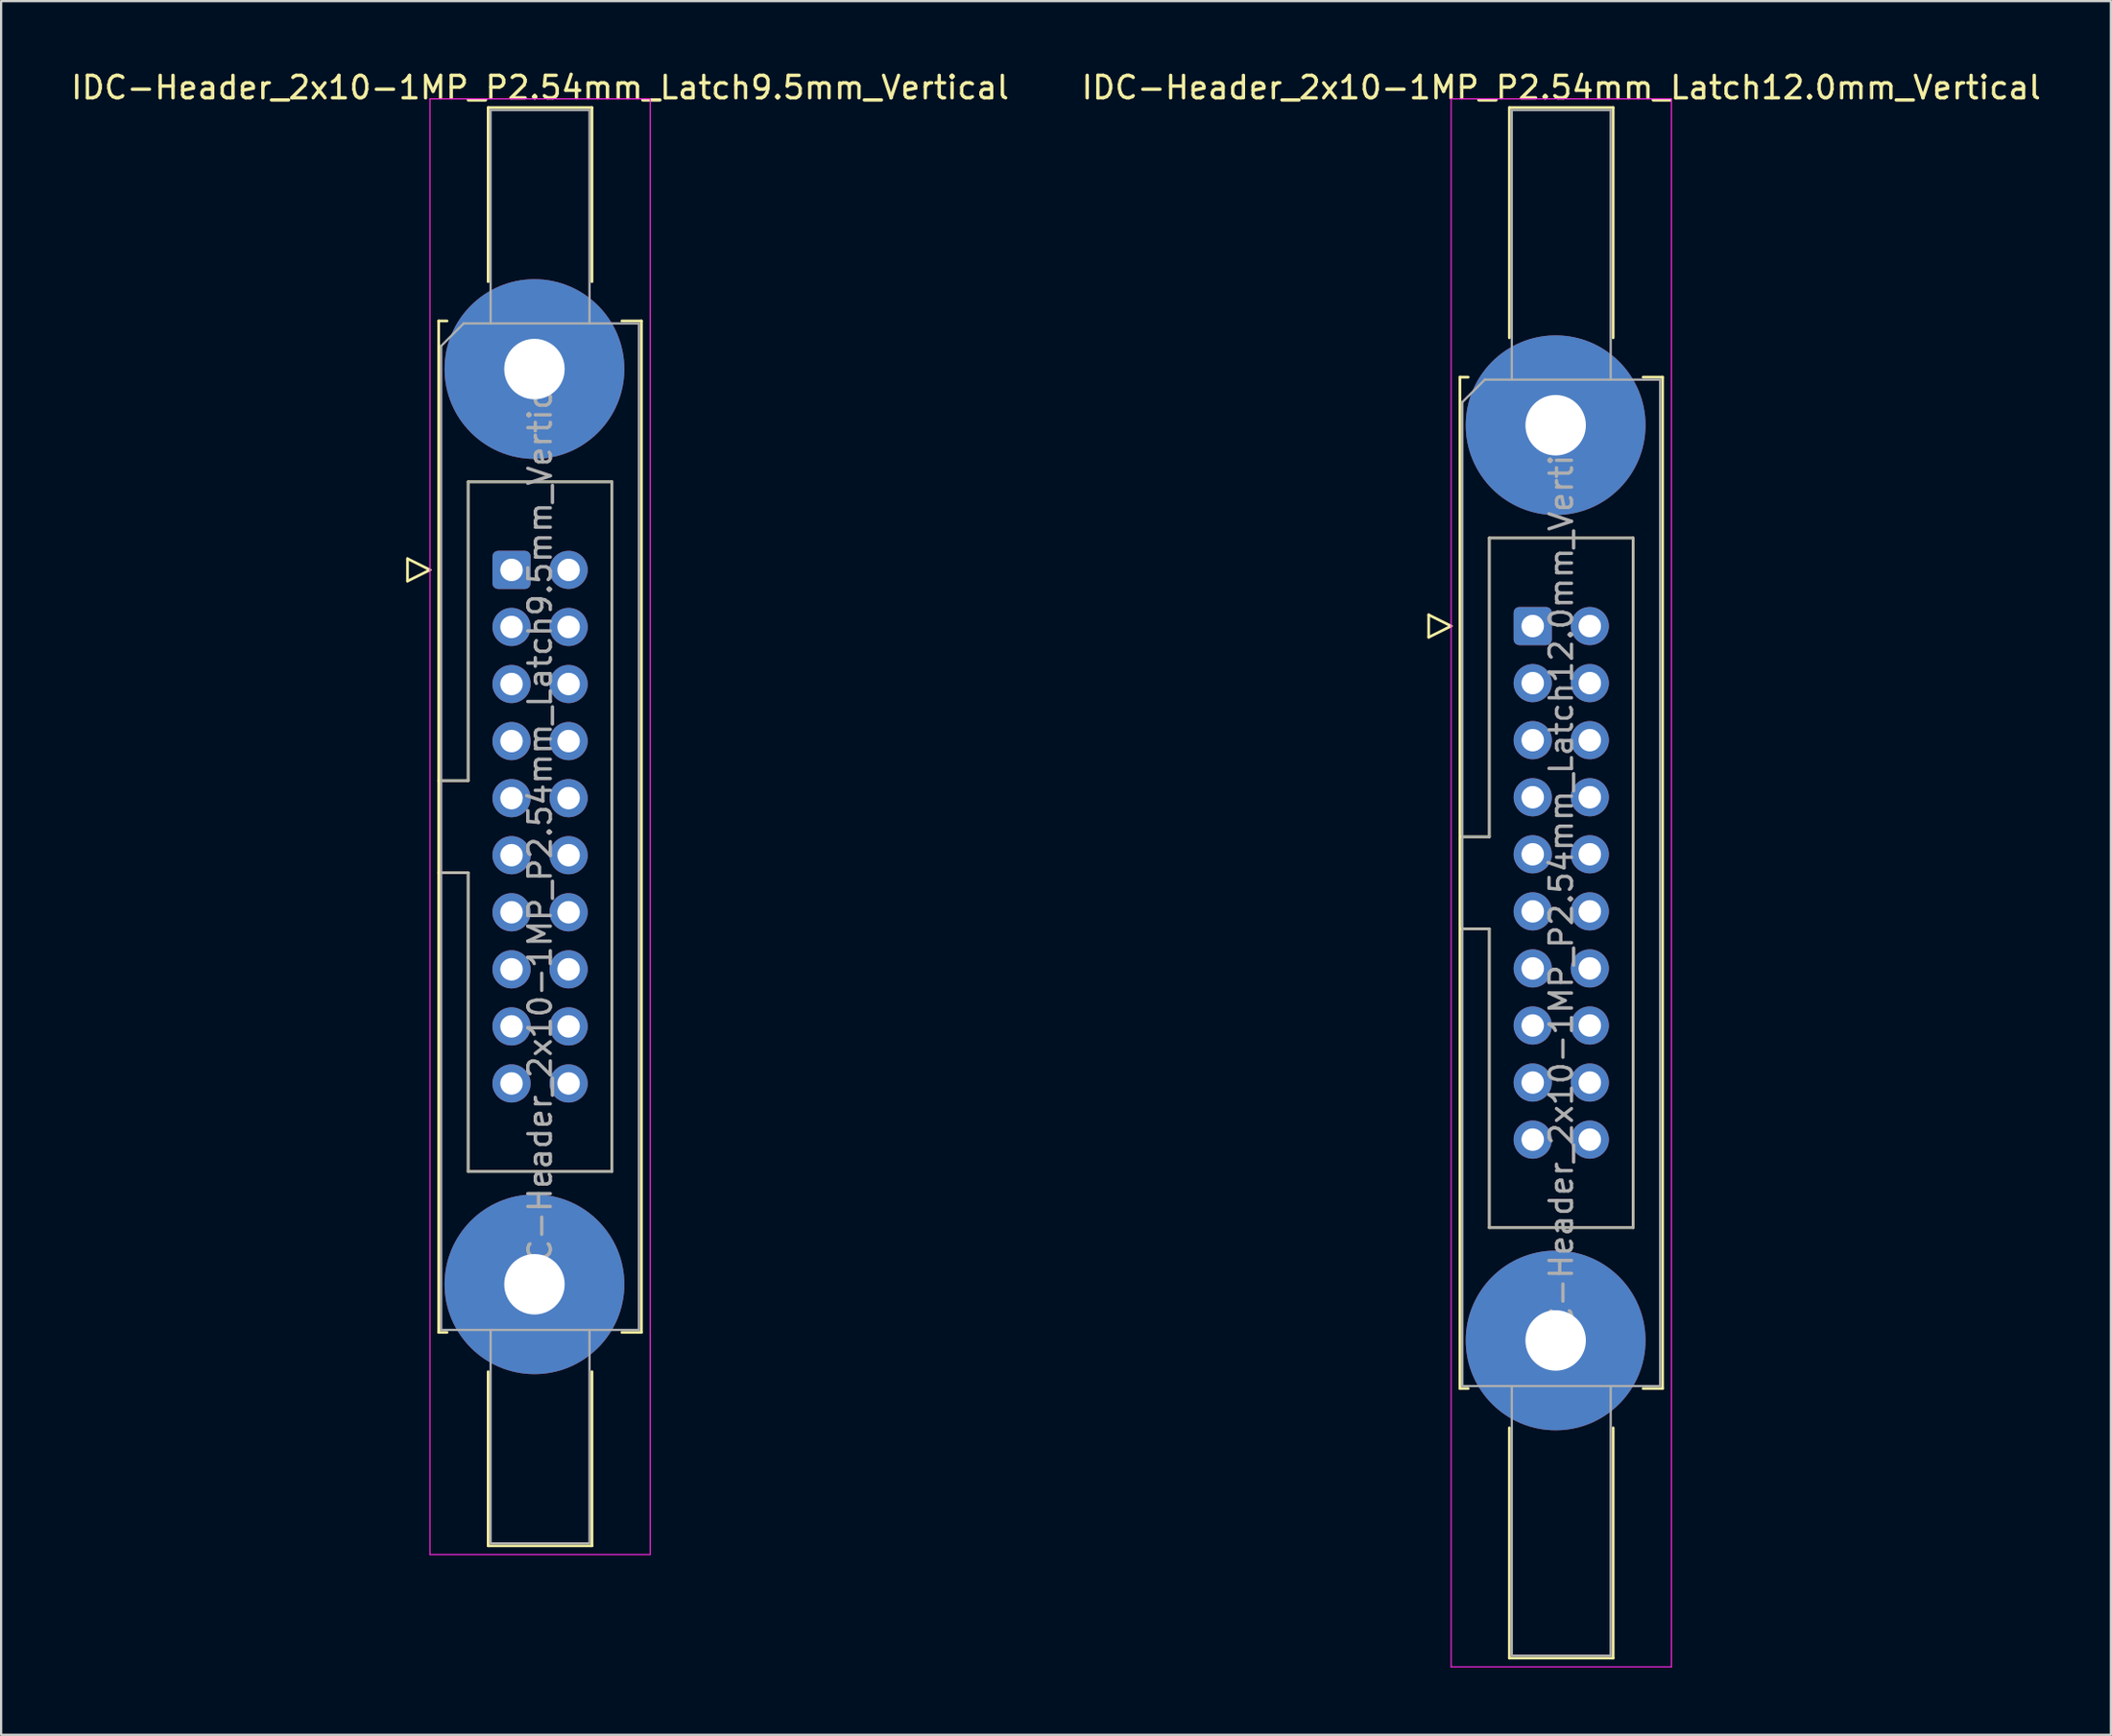
<source format=kicad_pcb>
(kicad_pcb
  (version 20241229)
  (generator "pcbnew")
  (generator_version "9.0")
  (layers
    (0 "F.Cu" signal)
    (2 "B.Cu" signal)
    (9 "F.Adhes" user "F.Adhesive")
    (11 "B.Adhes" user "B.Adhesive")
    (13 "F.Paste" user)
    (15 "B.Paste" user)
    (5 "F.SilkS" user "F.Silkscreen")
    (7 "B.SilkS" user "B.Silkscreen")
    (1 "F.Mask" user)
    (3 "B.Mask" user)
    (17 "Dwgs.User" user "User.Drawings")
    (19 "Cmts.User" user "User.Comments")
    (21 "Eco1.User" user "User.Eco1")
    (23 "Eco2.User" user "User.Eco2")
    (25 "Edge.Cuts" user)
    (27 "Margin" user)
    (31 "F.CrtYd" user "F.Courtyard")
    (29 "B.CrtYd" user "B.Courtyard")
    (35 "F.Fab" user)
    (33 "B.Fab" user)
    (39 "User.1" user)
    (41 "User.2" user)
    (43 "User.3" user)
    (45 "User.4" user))
  (footprint "IDC-Header_2x10-1MP_P2.54mm_Latch9.5mm_Vertical"
    (layer "F.Cu")
    (at 19.712 22.318)
    (property "Reference" "IDC-Header_2x10-1MP_P2.54mm_Latch9.5mm_Vertical" (at 1.27 -21.47 0) (layer "F.SilkS") (effects (font (size 1 1) (thickness 0.15))))
    (attr through_hole)
    (fp_line (start -4.63 -0.5) (end -4.63 0.5) (stroke (width 0.12) (type solid)) (layer "F.SilkS"))
    (fp_line (start -4.63 0.5) (end -3.63 0) (stroke (width 0.12) (type solid)) (layer "F.SilkS"))
    (fp_line (start -3.63 0) (end -4.63 -0.5) (stroke (width 0.12) (type solid)) (layer "F.SilkS"))
    (fp_line (start -3.24 -11.08) (end -3.24 33.94) (stroke (width 0.12) (type solid)) (layer "F.SilkS"))
    (fp_line (start -3.24 9.38) (end -1.93 9.38) (stroke (width 0.12) (type solid)) (layer "F.SilkS"))
    (fp_line (start -3.24 33.94) (end -2.87 33.94) (stroke (width 0.12) (type solid)) (layer "F.SilkS"))
    (fp_line (start -2.87 -11.08) (end -3.24 -11.08) (stroke (width 0.12) (type solid)) (layer "F.SilkS"))
    (fp_line (start -1.93 -3.92) (end 4.47 -3.92) (stroke (width 0.12) (type solid)) (layer "F.SilkS"))
    (fp_line (start -1.93 9.38) (end -1.93 -3.92) (stroke (width 0.12) (type solid)) (layer "F.SilkS"))
    (fp_line (start -1.93 13.48) (end -3.24 13.48) (stroke (width 0.12) (type solid)) (layer "F.SilkS"))
    (fp_line (start -1.93 26.78) (end -1.93 13.48) (stroke (width 0.12) (type solid)) (layer "F.SilkS"))
    (fp_line (start -1.04 -20.58) (end 3.58 -20.58) (stroke (width 0.12) (type solid)) (layer "F.SilkS"))
    (fp_line (start -1.04 -12.83) (end -1.04 -20.58) (stroke (width 0.12) (type solid)) (layer "F.SilkS"))
    (fp_line (start -1.04 35.69) (end -1.04 43.44) (stroke (width 0.12) (type solid)) (layer "F.SilkS"))
    (fp_line (start -1.04 43.44) (end 3.58 43.44) (stroke (width 0.12) (type solid)) (layer "F.SilkS"))
    (fp_line (start 3.58 -20.58) (end 3.58 -12.83) (stroke (width 0.12) (type solid)) (layer "F.SilkS"))
    (fp_line (start 3.58 43.44) (end 3.58 35.69) (stroke (width 0.12) (type solid)) (layer "F.SilkS"))
    (fp_line (start 4.47 -3.92) (end 4.47 26.78) (stroke (width 0.12) (type solid)) (layer "F.SilkS"))
    (fp_line (start 4.47 26.78) (end -1.93 26.78) (stroke (width 0.12) (type solid)) (layer "F.SilkS"))
    (fp_line (start 4.91 -11.08) (end 5.78 -11.08) (stroke (width 0.12) (type solid)) (layer "F.SilkS"))
    (fp_line (start 5.78 -11.08) (end 5.78 33.94) (stroke (width 0.12) (type solid)) (layer "F.SilkS"))
    (fp_line (start 5.78 33.94) (end 4.91 33.94) (stroke (width 0.12) (type solid)) (layer "F.SilkS"))
    (fp_line (start -3.63 -20.97) (end -3.63 43.83) (stroke (width 0.05) (type solid)) (layer "F.CrtYd"))
    (fp_line (start -3.63 43.83) (end 6.17 43.83) (stroke (width 0.05) (type solid)) (layer "F.CrtYd"))
    (fp_line (start 6.17 -20.97) (end -3.63 -20.97) (stroke (width 0.05) (type solid)) (layer "F.CrtYd"))
    (fp_line (start 6.17 43.83) (end 6.17 -20.97) (stroke (width 0.05) (type solid)) (layer "F.CrtYd"))
    (fp_line (start -3.13 -9.97) (end -2.13 -10.97) (stroke (width 0.1) (type solid)) (layer "F.Fab"))
    (fp_line (start -3.13 9.38) (end -1.93 9.38) (stroke (width 0.1) (type solid)) (layer "F.Fab"))
    (fp_line (start -3.13 33.83) (end -3.13 -9.97) (stroke (width 0.1) (type solid)) (layer "F.Fab"))
    (fp_line (start -2.13 -10.97) (end 5.67 -10.97) (stroke (width 0.1) (type solid)) (layer "F.Fab"))
    (fp_line (start -1.93 -3.92) (end 4.47 -3.92) (stroke (width 0.1) (type solid)) (layer "F.Fab"))
    (fp_line (start -1.93 9.38) (end -1.93 -3.92) (stroke (width 0.1) (type solid)) (layer "F.Fab"))
    (fp_line (start -1.93 13.48) (end -3.13 13.48) (stroke (width 0.1) (type solid)) (layer "F.Fab"))
    (fp_line (start -1.93 26.78) (end -1.93 13.48) (stroke (width 0.1) (type solid)) (layer "F.Fab"))
    (fp_line (start -0.93 -20.47) (end 3.47 -20.47) (stroke (width 0.1) (type solid)) (layer "F.Fab"))
    (fp_line (start -0.93 -10.97) (end -0.93 -20.47) (stroke (width 0.1) (type solid)) (layer "F.Fab"))
    (fp_line (start -0.93 33.83) (end -0.93 43.33) (stroke (width 0.1) (type solid)) (layer "F.Fab"))
    (fp_line (start -0.93 43.33) (end 3.47 43.33) (stroke (width 0.1) (type solid)) (layer "F.Fab"))
    (fp_line (start 3.47 -20.47) (end 3.47 -10.97) (stroke (width 0.1) (type solid)) (layer "F.Fab"))
    (fp_line (start 3.47 43.33) (end 3.47 33.83) (stroke (width 0.1) (type solid)) (layer "F.Fab"))
    (fp_line (start 4.47 -3.92) (end 4.47 26.78) (stroke (width 0.1) (type solid)) (layer "F.Fab"))
    (fp_line (start 4.47 26.78) (end -1.93 26.78) (stroke (width 0.1) (type solid)) (layer "F.Fab"))
    (fp_line (start 5.67 -10.97) (end 5.67 33.83) (stroke (width 0.1) (type solid)) (layer "F.Fab"))
    (fp_line (start 5.67 33.83) (end -3.13 33.83) (stroke (width 0.1) (type solid)) (layer "F.Fab"))
    (fp_text user "${REFERENCE}" (at 1.27 11.43 90) (layer "F.Fab") (effects (font (size 1 1) (thickness 0.15))))
    (pad "1" thru_hole roundrect (at 0 0) (size 1.7 1.7) (drill 1) (layers "*.Cu" "*.Mask") (roundrect_rratio 0.147))
    (pad "2" thru_hole circle (at 2.54 0) (size 1.7 1.7) (drill 1) (layers "*.Cu" "*.Mask"))
    (pad "3" thru_hole circle (at 0 2.54) (size 1.7 1.7) (drill 1) (layers "*.Cu" "*.Mask"))
    (pad "4" thru_hole circle (at 2.54 2.54) (size 1.7 1.7) (drill 1) (layers "*.Cu" "*.Mask"))
    (pad "5" thru_hole circle (at 0 5.08) (size 1.7 1.7) (drill 1) (layers "*.Cu" "*.Mask"))
    (pad "6" thru_hole circle (at 2.54 5.08) (size 1.7 1.7) (drill 1) (layers "*.Cu" "*.Mask"))
    (pad "7" thru_hole circle (at 0 7.62) (size 1.7 1.7) (drill 1) (layers "*.Cu" "*.Mask"))
    (pad "8" thru_hole circle (at 2.54 7.62) (size 1.7 1.7) (drill 1) (layers "*.Cu" "*.Mask"))
    (pad "9" thru_hole circle (at 0 10.16) (size 1.7 1.7) (drill 1) (layers "*.Cu" "*.Mask"))
    (pad "10" thru_hole circle (at 2.54 10.16) (size 1.7 1.7) (drill 1) (layers "*.Cu" "*.Mask"))
    (pad "11" thru_hole circle (at 0 12.7) (size 1.7 1.7) (drill 1) (layers "*.Cu" "*.Mask"))
    (pad "12" thru_hole circle (at 2.54 12.7) (size 1.7 1.7) (drill 1) (layers "*.Cu" "*.Mask"))
    (pad "13" thru_hole circle (at 0 15.24) (size 1.7 1.7) (drill 1) (layers "*.Cu" "*.Mask"))
    (pad "14" thru_hole circle (at 2.54 15.24) (size 1.7 1.7) (drill 1) (layers "*.Cu" "*.Mask"))
    (pad "15" thru_hole circle (at 0 17.78) (size 1.7 1.7) (drill 1) (layers "*.Cu" "*.Mask"))
    (pad "16" thru_hole circle (at 2.54 17.78) (size 1.7 1.7) (drill 1) (layers "*.Cu" "*.Mask"))
    (pad "17" thru_hole circle (at 0 20.32) (size 1.7 1.7) (drill 1) (layers "*.Cu" "*.Mask"))
    (pad "18" thru_hole circle (at 2.54 20.32) (size 1.7 1.7) (drill 1) (layers "*.Cu" "*.Mask"))
    (pad "19" thru_hole circle (at 0 22.86) (size 1.7 1.7) (drill 1) (layers "*.Cu" "*.Mask"))
    (pad "20" thru_hole circle (at 2.54 22.86) (size 1.7 1.7) (drill 1) (layers "*.Cu" "*.Mask"))
    (pad "MP" thru_hole circle (at 1.02 -8.94) (size 8 8) (drill 2.69) (layers "*.Cu" "*.Mask"))
    (pad "MP" thru_hole circle (at 1.02 31.8) (size 8 8) (drill 2.69) (layers "*.Cu" "*.Mask")))
  (footprint "IDC-Header_2x10-1MP_P2.54mm_Latch12.0mm_Vertical"
    (layer "F.Cu")
    (at 65.153 24.818)
    (property "Reference" "IDC-Header_2x10-1MP_P2.54mm_Latch12.0mm_Vertical" (at 1.27 -23.97 0) (layer "F.SilkS") (effects (font (size 1 1) (thickness 0.15))))
    (attr through_hole)
    (fp_line (start -4.63 -0.5) (end -4.63 0.5) (stroke (width 0.12) (type solid)) (layer "F.SilkS"))
    (fp_line (start -4.63 0.5) (end -3.63 0) (stroke (width 0.12) (type solid)) (layer "F.SilkS"))
    (fp_line (start -3.63 0) (end -4.63 -0.5) (stroke (width 0.12) (type solid)) (layer "F.SilkS"))
    (fp_line (start -3.24 -11.08) (end -3.24 33.94) (stroke (width 0.12) (type solid)) (layer "F.SilkS"))
    (fp_line (start -3.24 9.38) (end -1.93 9.38) (stroke (width 0.12) (type solid)) (layer "F.SilkS"))
    (fp_line (start -3.24 33.94) (end -2.87 33.94) (stroke (width 0.12) (type solid)) (layer "F.SilkS"))
    (fp_line (start -2.87 -11.08) (end -3.24 -11.08) (stroke (width 0.12) (type solid)) (layer "F.SilkS"))
    (fp_line (start -1.93 -3.92) (end 4.47 -3.92) (stroke (width 0.12) (type solid)) (layer "F.SilkS"))
    (fp_line (start -1.93 9.38) (end -1.93 -3.92) (stroke (width 0.12) (type solid)) (layer "F.SilkS"))
    (fp_line (start -1.93 13.48) (end -3.24 13.48) (stroke (width 0.12) (type solid)) (layer "F.SilkS"))
    (fp_line (start -1.93 26.78) (end -1.93 13.48) (stroke (width 0.12) (type solid)) (layer "F.SilkS"))
    (fp_line (start -1.04 -23.08) (end 3.58 -23.08) (stroke (width 0.12) (type solid)) (layer "F.SilkS"))
    (fp_line (start -1.04 -12.83) (end -1.04 -23.08) (stroke (width 0.12) (type solid)) (layer "F.SilkS"))
    (fp_line (start -1.04 35.69) (end -1.04 45.94) (stroke (width 0.12) (type solid)) (layer "F.SilkS"))
    (fp_line (start -1.04 45.94) (end 3.58 45.94) (stroke (width 0.12) (type solid)) (layer "F.SilkS"))
    (fp_line (start 3.58 -23.08) (end 3.58 -12.83) (stroke (width 0.12) (type solid)) (layer "F.SilkS"))
    (fp_line (start 3.58 45.94) (end 3.58 35.69) (stroke (width 0.12) (type solid)) (layer "F.SilkS"))
    (fp_line (start 4.47 -3.92) (end 4.47 26.78) (stroke (width 0.12) (type solid)) (layer "F.SilkS"))
    (fp_line (start 4.47 26.78) (end -1.93 26.78) (stroke (width 0.12) (type solid)) (layer "F.SilkS"))
    (fp_line (start 4.91 -11.08) (end 5.78 -11.08) (stroke (width 0.12) (type solid)) (layer "F.SilkS"))
    (fp_line (start 5.78 -11.08) (end 5.78 33.94) (stroke (width 0.12) (type solid)) (layer "F.SilkS"))
    (fp_line (start 5.78 33.94) (end 4.91 33.94) (stroke (width 0.12) (type solid)) (layer "F.SilkS"))
    (fp_line (start -3.63 -23.47) (end -3.63 46.33) (stroke (width 0.05) (type solid)) (layer "F.CrtYd"))
    (fp_line (start -3.63 46.33) (end 6.17 46.33) (stroke (width 0.05) (type solid)) (layer "F.CrtYd"))
    (fp_line (start 6.17 -23.47) (end -3.63 -23.47) (stroke (width 0.05) (type solid)) (layer "F.CrtYd"))
    (fp_line (start 6.17 46.33) (end 6.17 -23.47) (stroke (width 0.05) (type solid)) (layer "F.CrtYd"))
    (fp_line (start -3.13 -9.97) (end -2.13 -10.97) (stroke (width 0.1) (type solid)) (layer "F.Fab"))
    (fp_line (start -3.13 9.38) (end -1.93 9.38) (stroke (width 0.1) (type solid)) (layer "F.Fab"))
    (fp_line (start -3.13 33.83) (end -3.13 -9.97) (stroke (width 0.1) (type solid)) (layer "F.Fab"))
    (fp_line (start -2.13 -10.97) (end 5.67 -10.97) (stroke (width 0.1) (type solid)) (layer "F.Fab"))
    (fp_line (start -1.93 -3.92) (end 4.47 -3.92) (stroke (width 0.1) (type solid)) (layer "F.Fab"))
    (fp_line (start -1.93 9.38) (end -1.93 -3.92) (stroke (width 0.1) (type solid)) (layer "F.Fab"))
    (fp_line (start -1.93 13.48) (end -3.13 13.48) (stroke (width 0.1) (type solid)) (layer "F.Fab"))
    (fp_line (start -1.93 26.78) (end -1.93 13.48) (stroke (width 0.1) (type solid)) (layer "F.Fab"))
    (fp_line (start -0.93 -22.97) (end 3.47 -22.97) (stroke (width 0.1) (type solid)) (layer "F.Fab"))
    (fp_line (start -0.93 -10.97) (end -0.93 -22.97) (stroke (width 0.1) (type solid)) (layer "F.Fab"))
    (fp_line (start -0.93 33.83) (end -0.93 45.83) (stroke (width 0.1) (type solid)) (layer "F.Fab"))
    (fp_line (start -0.93 45.83) (end 3.47 45.83) (stroke (width 0.1) (type solid)) (layer "F.Fab"))
    (fp_line (start 3.47 -22.97) (end 3.47 -10.97) (stroke (width 0.1) (type solid)) (layer "F.Fab"))
    (fp_line (start 3.47 45.83) (end 3.47 33.83) (stroke (width 0.1) (type solid)) (layer "F.Fab"))
    (fp_line (start 4.47 -3.92) (end 4.47 26.78) (stroke (width 0.1) (type solid)) (layer "F.Fab"))
    (fp_line (start 4.47 26.78) (end -1.93 26.78) (stroke (width 0.1) (type solid)) (layer "F.Fab"))
    (fp_line (start 5.67 -10.97) (end 5.67 33.83) (stroke (width 0.1) (type solid)) (layer "F.Fab"))
    (fp_line (start 5.67 33.83) (end -3.13 33.83) (stroke (width 0.1) (type solid)) (layer "F.Fab"))
    (fp_text user "${REFERENCE}" (at 1.27 11.43 90) (layer "F.Fab") (effects (font (size 1 1) (thickness 0.15))))
    (pad "1" thru_hole roundrect (at 0 0) (size 1.7 1.7) (drill 1) (layers "*.Cu" "*.Mask") (roundrect_rratio 0.147))
    (pad "2" thru_hole circle (at 2.54 0) (size 1.7 1.7) (drill 1) (layers "*.Cu" "*.Mask"))
    (pad "3" thru_hole circle (at 0 2.54) (size 1.7 1.7) (drill 1) (layers "*.Cu" "*.Mask"))
    (pad "4" thru_hole circle (at 2.54 2.54) (size 1.7 1.7) (drill 1) (layers "*.Cu" "*.Mask"))
    (pad "5" thru_hole circle (at 0 5.08) (size 1.7 1.7) (drill 1) (layers "*.Cu" "*.Mask"))
    (pad "6" thru_hole circle (at 2.54 5.08) (size 1.7 1.7) (drill 1) (layers "*.Cu" "*.Mask"))
    (pad "7" thru_hole circle (at 0 7.62) (size 1.7 1.7) (drill 1) (layers "*.Cu" "*.Mask"))
    (pad "8" thru_hole circle (at 2.54 7.62) (size 1.7 1.7) (drill 1) (layers "*.Cu" "*.Mask"))
    (pad "9" thru_hole circle (at 0 10.16) (size 1.7 1.7) (drill 1) (layers "*.Cu" "*.Mask"))
    (pad "10" thru_hole circle (at 2.54 10.16) (size 1.7 1.7) (drill 1) (layers "*.Cu" "*.Mask"))
    (pad "11" thru_hole circle (at 0 12.7) (size 1.7 1.7) (drill 1) (layers "*.Cu" "*.Mask"))
    (pad "12" thru_hole circle (at 2.54 12.7) (size 1.7 1.7) (drill 1) (layers "*.Cu" "*.Mask"))
    (pad "13" thru_hole circle (at 0 15.24) (size 1.7 1.7) (drill 1) (layers "*.Cu" "*.Mask"))
    (pad "14" thru_hole circle (at 2.54 15.24) (size 1.7 1.7) (drill 1) (layers "*.Cu" "*.Mask"))
    (pad "15" thru_hole circle (at 0 17.78) (size 1.7 1.7) (drill 1) (layers "*.Cu" "*.Mask"))
    (pad "16" thru_hole circle (at 2.54 17.78) (size 1.7 1.7) (drill 1) (layers "*.Cu" "*.Mask"))
    (pad "17" thru_hole circle (at 0 20.32) (size 1.7 1.7) (drill 1) (layers "*.Cu" "*.Mask"))
    (pad "18" thru_hole circle (at 2.54 20.32) (size 1.7 1.7) (drill 1) (layers "*.Cu" "*.Mask"))
    (pad "19" thru_hole circle (at 0 22.86) (size 1.7 1.7) (drill 1) (layers "*.Cu" "*.Mask"))
    (pad "20" thru_hole circle (at 2.54 22.86) (size 1.7 1.7) (drill 1) (layers "*.Cu" "*.Mask"))
    (pad "MP" thru_hole circle (at 1.02 -8.94) (size 8 8) (drill 2.69) (layers "*.Cu" "*.Mask"))
    (pad "MP" thru_hole circle (at 1.02 31.8) (size 8 8) (drill 2.69) (layers "*.Cu" "*.Mask")))
  (gr_rect
    (start -3 -3)
    (end 90.881 74.173)
    (stroke (width 0.1) (type default))
    (fill no)
    (layer "Edge.Cuts")))
</source>
